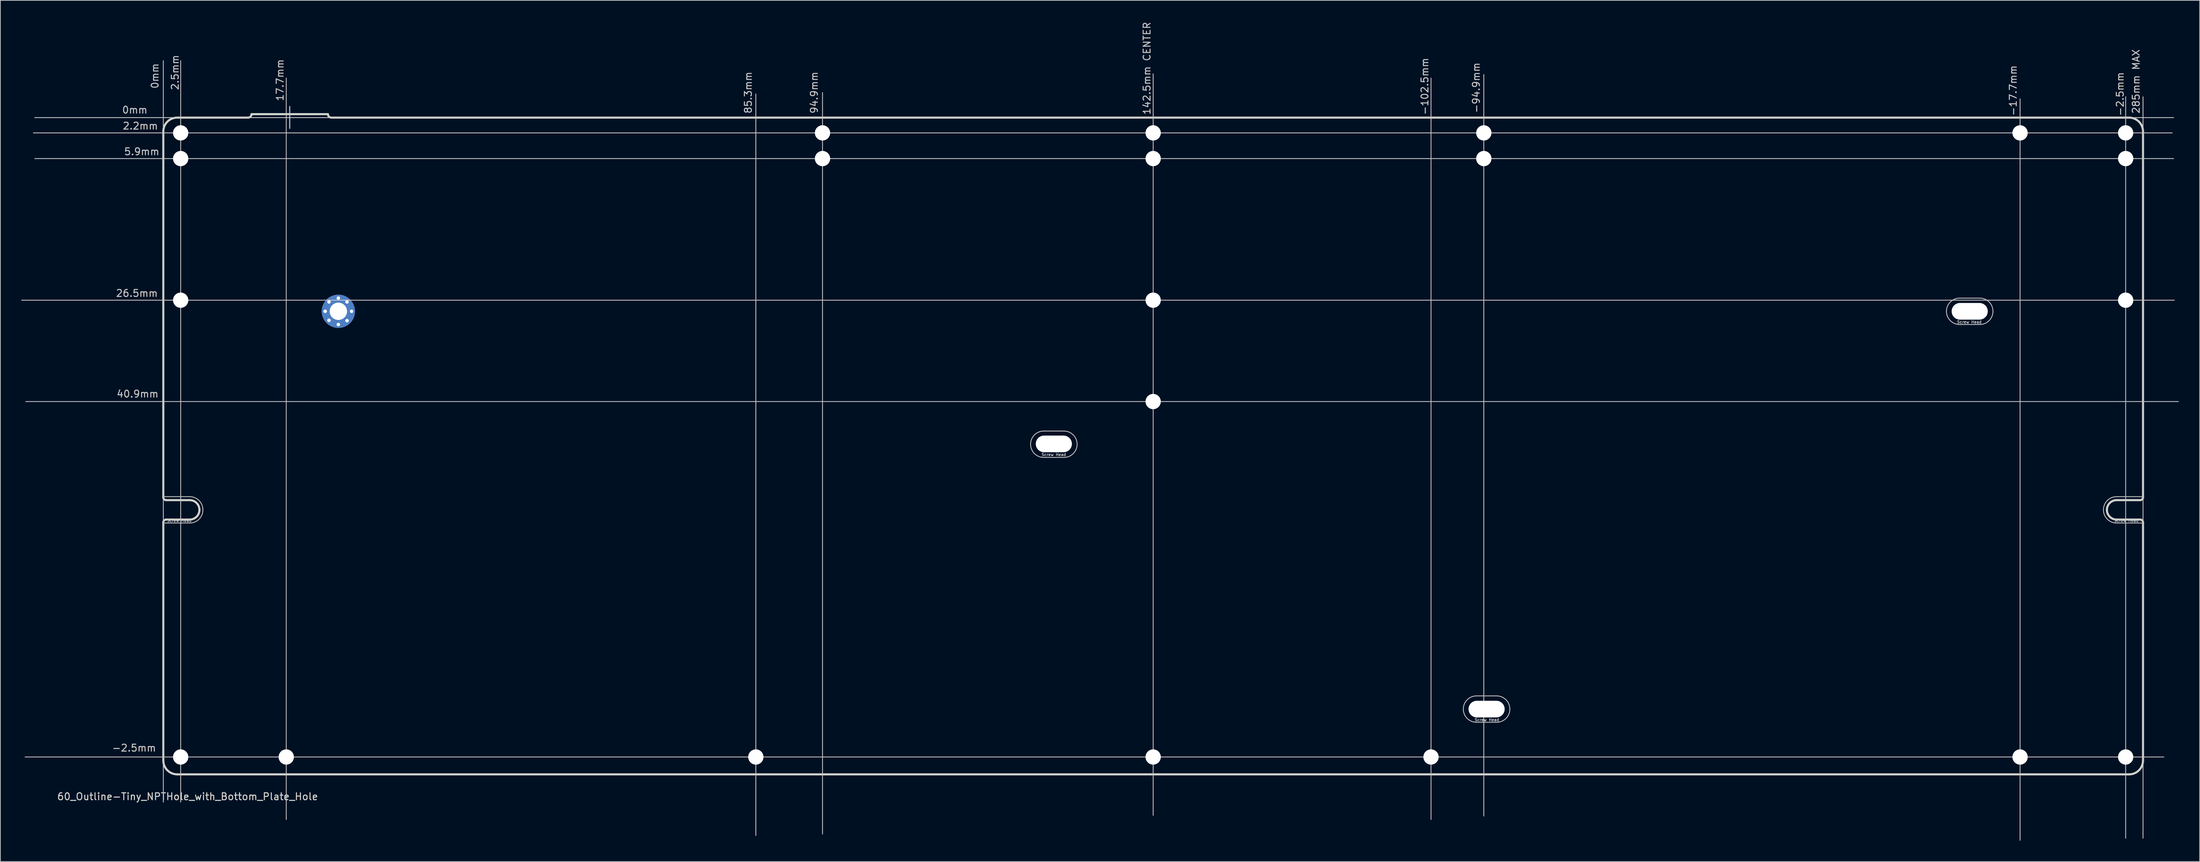
<source format=kicad_pcb>
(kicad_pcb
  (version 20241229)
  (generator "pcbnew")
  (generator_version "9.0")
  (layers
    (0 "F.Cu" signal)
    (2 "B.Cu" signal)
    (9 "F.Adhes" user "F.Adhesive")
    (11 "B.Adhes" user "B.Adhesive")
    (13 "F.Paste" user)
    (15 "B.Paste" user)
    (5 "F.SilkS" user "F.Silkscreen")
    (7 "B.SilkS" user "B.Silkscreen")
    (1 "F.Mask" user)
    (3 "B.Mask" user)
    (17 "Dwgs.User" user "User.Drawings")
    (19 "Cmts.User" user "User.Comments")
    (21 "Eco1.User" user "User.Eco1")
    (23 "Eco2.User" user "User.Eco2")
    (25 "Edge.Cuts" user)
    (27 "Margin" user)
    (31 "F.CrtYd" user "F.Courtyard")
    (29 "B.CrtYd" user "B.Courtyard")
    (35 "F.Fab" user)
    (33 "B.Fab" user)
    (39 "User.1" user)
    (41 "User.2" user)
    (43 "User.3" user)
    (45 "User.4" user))
  (footprint "60_Outline-Tiny_NPTHole_with_Bottom_Plate_Hole"
    (layer "F.Cu")
    (at 162.96 61.192)
    (property "Reference" "60_Outline-Tiny_NPTHole_with_Bottom_Plate_Hole" (at -139 50.5 0) (layer "Edge.Cuts") (effects (font (size 1 1) (thickness 0.15))))
    (attr through_hole)
    (fp_line (start -162.9 -21) (end 147 -21) (stroke (width 0.12) (type solid)) (layer "Dwgs.User"))
    (fp_line (start -162.4 44.8) (end 145.5 44.8) (stroke (width 0.12) (type solid)) (layer "Dwgs.User"))
    (fp_line (start -162.3 -6.4) (end 147.6 -6.4) (stroke (width 0.12) (type solid)) (layer "Dwgs.User"))
    (fp_line (start -161.2 -45.1) (end 146.7 -45.1) (stroke (width 0.12) (type solid)) (layer "Dwgs.User"))
    (fp_line (start -161 -47.3) (end 146.9 -47.3) (stroke (width 0.12) (type solid)) (layer "Dwgs.User"))
    (fp_line (start -161 -41.4) (end 146.9 -41.4) (stroke (width 0.12) (type solid)) (layer "Dwgs.User"))
    (fp_line (start -142.5 -55.5) (end -142.5 51.3) (stroke (width 0.12) (type solid)) (layer "Dwgs.User"))
    (fp_line (start -142.5 7.3) (end -138.7 7.3) (stroke (width 0.12) (type solid)) (layer "Dwgs.User"))
    (fp_line (start -142.5 11.1) (end -138.7 11.1) (stroke (width 0.12) (type solid)) (layer "Dwgs.User"))
    (fp_line (start -140 -55.5) (end -140 51.3) (stroke (width 0.12) (type solid)) (layer "Dwgs.User"))
    (fp_line (start -124.8 -53) (end -124.8 53.8) (stroke (width 0.12) (type solid)) (layer "Dwgs.User"))
    (fp_line (start -124.3 -48.9) (end -124.3 -45.75) (stroke (width 0.15) (type solid)) (layer "Dwgs.User"))
    (fp_line (start -57.2 -50.7) (end -57.2 56.1) (stroke (width 0.12) (type solid)) (layer "Dwgs.User"))
    (fp_line (start -47.6 -50.9) (end -47.6 55.9) (stroke (width 0.12) (type solid)) (layer "Dwgs.User"))
    (fp_line (start -15.75 -2.15) (end -12.85 -2.15) (stroke (width 0.12) (type solid)) (layer "Dwgs.User"))
    (fp_line (start -15.75 1.65) (end -12.85 1.65) (stroke (width 0.12) (type solid)) (layer "Dwgs.User"))
    (fp_line (start 0 -53.6) (end 0 53.2) (stroke (width 0.12) (type solid)) (layer "Dwgs.User"))
    (fp_line (start 40 -53) (end 40 53.8) (stroke (width 0.12) (type solid)) (layer "Dwgs.User"))
    (fp_line (start 46.55 36) (end 49.45 36) (stroke (width 0.12) (type solid)) (layer "Dwgs.User"))
    (fp_line (start 46.55 39.8) (end 49.45 39.8) (stroke (width 0.12) (type solid)) (layer "Dwgs.User"))
    (fp_line (start 47.6 -53.5) (end 47.6 53.3) (stroke (width 0.12) (type solid)) (layer "Dwgs.User"))
    (fp_line (start 116.1 -21.3) (end 119 -21.3) (stroke (width 0.12) (type solid)) (layer "Dwgs.User"))
    (fp_line (start 116.1 -17.5) (end 119 -17.5) (stroke (width 0.12) (type solid)) (layer "Dwgs.User"))
    (fp_line (start 124.8 -50) (end 124.8 56.8) (stroke (width 0.12) (type solid)) (layer "Dwgs.User"))
    (fp_line (start 138.7 7.3) (end 142.5 7.3) (stroke (width 0.12) (type solid)) (layer "Dwgs.User"))
    (fp_line (start 138.7 11.1) (end 142.5 11.1) (stroke (width 0.12) (type solid)) (layer "Dwgs.User"))
    (fp_line (start 140 -50.3) (end 140 56.5) (stroke (width 0.12) (type solid)) (layer "Dwgs.User"))
    (fp_line (start 142.5 -50.3) (end 142.5 56.5) (stroke (width 0.12) (type solid)) (layer "Dwgs.User"))
    (fp_arc (start -138.7 7.3) (mid -137.356497 7.856497) (end -136.8 9.2) (stroke (width 0.12) (type solid)) (layer "Dwgs.User"))
    (fp_arc (start -136.8 9.2) (mid -137.356497 10.543503) (end -138.7 11.1) (stroke (width 0.12) (type solid)) (layer "Dwgs.User"))
    (fp_arc (start -17.65 -0.25) (mid -17.093503 -1.593503) (end -15.75 -2.15) (stroke (width 0.12) (type solid)) (layer "Dwgs.User"))
    (fp_arc (start -15.75 1.65) (mid -17.093503 1.093503) (end -17.65 -0.25) (stroke (width 0.12) (type solid)) (layer "Dwgs.User"))
    (fp_arc (start -12.85 -2.15) (mid -11.506497 -1.593503) (end -10.95 -0.25) (stroke (width 0.12) (type solid)) (layer "Dwgs.User"))
    (fp_arc (start -10.95 -0.25) (mid -11.506497 1.093503) (end -12.85 1.65) (stroke (width 0.12) (type solid)) (layer "Dwgs.User"))
    (fp_arc (start 44.65 37.9) (mid 45.206497 36.556497) (end 46.55 36) (stroke (width 0.12) (type solid)) (layer "Dwgs.User"))
    (fp_arc (start 46.55 39.8) (mid 45.206497 39.243503) (end 44.65 37.9) (stroke (width 0.12) (type solid)) (layer "Dwgs.User"))
    (fp_arc (start 49.45 36) (mid 50.793503 36.556497) (end 51.35 37.9) (stroke (width 0.12) (type solid)) (layer "Dwgs.User"))
    (fp_arc (start 51.35 37.9) (mid 50.793503 39.243503) (end 49.45 39.8) (stroke (width 0.12) (type solid)) (layer "Dwgs.User"))
    (fp_arc (start 114.2 -19.4) (mid 114.756497 -20.743503) (end 116.1 -21.3) (stroke (width 0.12) (type solid)) (layer "Dwgs.User"))
    (fp_arc (start 116.1 -17.5) (mid 114.756497 -18.056497) (end 114.2 -19.4) (stroke (width 0.12) (type solid)) (layer "Dwgs.User"))
    (fp_arc (start 119 -21.3) (mid 120.343503 -20.743503) (end 120.9 -19.4) (stroke (width 0.12) (type solid)) (layer "Dwgs.User"))
    (fp_arc (start 120.9 -19.4) (mid 120.343503 -18.056497) (end 119 -17.5) (stroke (width 0.12) (type solid)) (layer "Dwgs.User"))
    (fp_arc (start 136.8 9.2) (mid 137.356497 7.856497) (end 138.7 7.3) (stroke (width 0.12) (type solid)) (layer "Dwgs.User"))
    (fp_arc (start 138.7 11.1) (mid 137.356497 10.543503) (end 136.8 9.2) (stroke (width 0.12) (type solid)) (layer "Dwgs.User"))
    (fp_line (start -142.5 7.4) (end -142.5 -45.3) (stroke (width 0.3) (type solid)) (layer "Edge.Cuts"))
    (fp_line (start -142.5 45.3) (end -142.5 11) (stroke (width 0.3) (type solid)) (layer "Edge.Cuts"))
    (fp_line (start -142.1 10.6) (end -138.7 10.6) (stroke (width 0.3) (type solid)) (layer "Edge.Cuts"))
    (fp_line (start -140.5 -47.3) (end -130.3 -47.3) (stroke (width 0.3) (type solid)) (layer "Edge.Cuts"))
    (fp_line (start -138.7 7.8) (end -142.1 7.8) (stroke (width 0.3) (type solid)) (layer "Edge.Cuts"))
    (fp_line (start -129.8 -47.8) (end -118.8 -47.8) (stroke (width 0.3) (type solid)) (layer "Edge.Cuts"))
    (fp_line (start 138.7 7.8) (end 142.1 7.8) (stroke (width 0.3) (type solid)) (layer "Edge.Cuts"))
    (fp_line (start 138.7 10.6) (end 142.1 10.6) (stroke (width 0.3) (type solid)) (layer "Edge.Cuts"))
    (fp_line (start 140.5 -47.3) (end -118.3 -47.3) (stroke (width 0.3) (type solid)) (layer "Edge.Cuts"))
    (fp_line (start 140.5 47.3) (end -140.5 47.3) (stroke (width 0.3) (type solid)) (layer "Edge.Cuts"))
    (fp_line (start 142.5 7.4) (end 142.5 -45.3) (stroke (width 0.3) (type solid)) (layer "Edge.Cuts"))
    (fp_line (start 142.5 11) (end 142.5 45.3) (stroke (width 0.3) (type solid)) (layer "Edge.Cuts"))
    (fp_arc (start -142.5 -45.3) (mid -141.914214 -46.714214) (end -140.5 -47.3) (stroke (width 0.3) (type solid)) (layer "Edge.Cuts"))
    (fp_arc (start -142.5 11) (mid -142.382843 10.717157) (end -142.1 10.6) (stroke (width 0.3) (type solid)) (layer "Edge.Cuts"))
    (fp_arc (start -142.1 7.8) (mid -142.382843 7.682843) (end -142.5 7.4) (stroke (width 0.3) (type solid)) (layer "Edge.Cuts"))
    (fp_arc (start -140.5 47.3) (mid -141.914214 46.714214) (end -142.5 45.3) (stroke (width 0.3) (type solid)) (layer "Edge.Cuts"))
    (fp_arc (start -138.7 7.8) (mid -137.710051 8.210051) (end -137.3 9.2) (stroke (width 0.3) (type solid)) (layer "Edge.Cuts"))
    (fp_arc (start -137.3 9.2) (mid -137.710051 10.189949) (end -138.7 10.6) (stroke (width 0.3) (type solid)) (layer "Edge.Cuts"))
    (fp_arc (start -129.8 -47.8) (mid -129.946447 -47.446447) (end -130.3 -47.3) (stroke (width 0.3) (type solid)) (layer "Edge.Cuts"))
    (fp_arc (start -118.3 -47.3) (mid -118.653553 -47.446447) (end -118.8 -47.8) (stroke (width 0.3) (type solid)) (layer "Edge.Cuts"))
    (fp_arc (start 137.3 9.2) (mid 137.710051 8.210051) (end 138.7 7.8) (stroke (width 0.3) (type solid)) (layer "Edge.Cuts"))
    (fp_arc (start 138.7 10.6) (mid 137.710051 10.189949) (end 137.3 9.2) (stroke (width 0.3) (type solid)) (layer "Edge.Cuts"))
    (fp_arc (start 140.5 -47.3) (mid 141.914214 -46.714214) (end 142.5 -45.3) (stroke (width 0.3) (type solid)) (layer "Edge.Cuts"))
    (fp_arc (start 142.1 10.6) (mid 142.382843 10.717157) (end 142.5 11) (stroke (width 0.3) (type solid)) (layer "Edge.Cuts"))
    (fp_arc (start 142.5 7.4) (mid 142.382843 7.682843) (end 142.1 7.8) (stroke (width 0.3) (type solid)) (layer "Edge.Cuts"))
    (fp_arc (start 142.5 45.3) (mid 141.914214 46.714214) (end 140.5 47.3) (stroke (width 0.3) (type solid)) (layer "Edge.Cuts"))
    (fp_text user "-2.5mm" (at 139.2 -50.7 90) (layer "Dwgs.User") (effects (font (size 1 1) (thickness 0.15))))
    (fp_text user "-17.7mm" (at 123.8 -51.2 90) (layer "Dwgs.User") (effects (font (size 1 1) (thickness 0.15))))
    (fp_text user "2.5mm" (at -140.8 -53.8 90) (layer "Dwgs.User") (effects (font (size 1 1) (thickness 0.15))))
    (fp_text user "85.3mm" (at -58.3 -50.9 90) (layer "Dwgs.User") (effects (font (size 1 1) (thickness 0.15))))
    (fp_text user "40.9mm" (at -146.2 -7.5 0) (layer "Dwgs.User") (effects (font (size 1 1) (thickness 0.15))))
    (fp_text user "26.5mm" (at -146.3 -22 0) (layer "Dwgs.User") (effects (font (size 1 1) (thickness 0.15))))
    (fp_text user "17.7mm" (at -125.7 -52.7 90) (layer "Dwgs.User") (effects (font (size 1 1) (thickness 0.15))))
    (fp_text user "Screw Head" (at 140.1 10.75 0) (layer "Dwgs.User") (effects (font (size 0.4 0.4) (thickness 0.08))))
    (fp_text user "Screw Head" (at 48.05 39.45 0) (layer "Dwgs.User") (effects (font (size 0.4 0.4) (thickness 0.08))))
    (fp_text user "-102.5mm" (at 39.1 -51.8 90) (layer "Dwgs.User") (effects (font (size 1 1) (thickness 0.15))))
    (fp_text user "-94.9mm" (at 46.5 -51.6 90) (layer "Dwgs.User") (effects (font (size 1 1) (thickness 0.15))))
    (fp_text user "0mm" (at -143.7 -53.3 90) (layer "Dwgs.User") (effects (font (size 1 1) (thickness 0.15))))
    (fp_text user "5.9mm" (at -145.6 -42.4 0) (layer "Dwgs.User") (effects (font (size 1 1) (thickness 0.15))))
    (fp_text user "Screw Head" (at 117.5 -17.85 0) (layer "Dwgs.User") (effects (font (size 0.4 0.4) (thickness 0.08))))
    (fp_text user "94.9mm" (at -48.8 -50.9 90) (layer "Dwgs.User") (effects (font (size 1 1) (thickness 0.15))))
    (fp_text user "2.2mm" (at -145.8 -46.1 0) (layer "Dwgs.User") (effects (font (size 1 1) (thickness 0.15))))
    (fp_text user "Screw Head" (at -140.2 10.75 0) (layer "Dwgs.User") (effects (font (size 0.4 0.4) (thickness 0.08))))
    (fp_text user "142.5mm CENTER" (at -0.9 -54.4 90) (layer "Dwgs.User") (effects (font (size 1 1) (thickness 0.15))))
    (fp_text user "0mm" (at -146.6 -48.4 0) (layer "Dwgs.User") (effects (font (size 1 1) (thickness 0.15))))
    (fp_text user "285mm MAX" (at 141.5 -52.5 90) (layer "Dwgs.User") (effects (font (size 1 1) (thickness 0.15))))
    (fp_text user "Screw Head" (at -14.3 1.25 0) (layer "Dwgs.User") (effects (font (size 0.4 0.4) (thickness 0.08))))
    (fp_text user "-2.5mm" (at -146.7 43.5 0) (layer "Dwgs.User") (effects (font (size 1 1) (thickness 0.15))))
    (pad "" np_thru_hole circle (at -140 -45.1) (size 2.2 2.2) (drill 2.2) (layers "*.Cu" "*.Mask"))
    (pad "" np_thru_hole circle (at -140 -41.4) (size 2.2 2.2) (drill 2.2) (layers "*.Cu" "*.Mask"))
    (pad "" np_thru_hole circle (at -140 -21) (size 2.2 2.2) (drill 2.2) (layers "*.Cu" "*.Mask"))
    (pad "" np_thru_hole circle (at -140 44.8) (size 2.2 2.2) (drill 2.2) (layers "*.Cu" "*.Mask"))
    (pad "" np_thru_hole circle (at -124.8 44.8) (size 2.2 2.2) (drill 2.2) (layers "*.Cu" "*.Mask"))
    (pad "" np_thru_hole circle (at -57.2 44.8) (size 2.2 2.2) (drill 2.2) (layers "*.Cu" "*.Mask"))
    (pad "" np_thru_hole circle (at -47.6 -45.1) (size 2.2 2.2) (drill 2.2) (layers "*.Cu" "*.Mask"))
    (pad "" np_thru_hole circle (at -47.6 -41.4) (size 2.2 2.2) (drill 2.2) (layers "*.Cu" "*.Mask"))
    (pad "" np_thru_hole oval (at -14.3 -0.3) (size 5.2 2.4) (drill oval 5.2 2.4) (layers "*.Cu" "*.Mask"))
    (pad "" np_thru_hole circle (at 0 -45.1) (size 2.2 2.2) (drill 2.2) (layers "*.Cu" "*.Mask"))
    (pad "" np_thru_hole circle (at 0 -41.4) (size 2.2 2.2) (drill 2.2) (layers "*.Cu" "*.Mask"))
    (pad "" np_thru_hole circle (at 0 -21) (size 2.2 2.2) (drill 2.2) (layers "*.Cu" "*.Mask"))
    (pad "" np_thru_hole circle (at 0 -6.4) (size 2.2 2.2) (drill 2.2) (layers "*.Cu" "*.Mask"))
    (pad "" np_thru_hole circle (at 0 44.8) (size 2.2 2.2) (drill 2.2) (layers "*.Cu" "*.Mask"))
    (pad "" np_thru_hole circle (at 40 44.8) (size 2.2 2.2) (drill 2.2) (layers "*.Cu" "*.Mask"))
    (pad "" np_thru_hole circle (at 47.6 -45.1) (size 2.2 2.2) (drill 2.2) (layers "*.Cu" "*.Mask"))
    (pad "" np_thru_hole circle (at 47.6 -41.4) (size 2.2 2.2) (drill 2.2) (layers "*.Cu" "*.Mask"))
    (pad "" np_thru_hole oval (at 48 37.9) (size 5.2 2.4) (drill oval 5.2 2.4) (layers "*.Cu" "*.Mask"))
    (pad "" np_thru_hole oval (at 117.55 -19.4) (size 5.2 2.4) (drill oval 5.2 2.4) (layers "*.Cu" "*.Mask"))
    (pad "" np_thru_hole circle (at 124.8 -45.1) (size 2.2 2.2) (drill 2.2) (layers "*.Cu" "*.Mask"))
    (pad "" np_thru_hole circle (at 124.8 44.8) (size 2.2 2.2) (drill 2.2) (layers "*.Cu" "*.Mask"))
    (pad "" np_thru_hole circle (at 140 -45.1) (size 2.2 2.2) (drill 2.2) (layers "*.Cu" "*.Mask"))
    (pad "" np_thru_hole circle (at 140 -41.4) (size 2.2 2.2) (drill 2.2) (layers "*.Cu" "*.Mask"))
    (pad "" np_thru_hole circle (at 140 -21) (size 2.2 2.2) (drill 2.2) (layers "*.Cu" "*.Mask"))
    (pad "" np_thru_hole circle (at 140 44.8) (size 2.2 2.2) (drill 2.2) (layers "*.Cu" "*.Mask"))
    (pad "1" thru_hole circle (at -119.2 -19.4) (size 1 1) (drill 0.5) (layers "*.Cu" "*.Mask"))
    (pad "1" thru_hole circle (at -118.65 -20.75) (size 1 1) (drill 0.5) (layers "*.Cu" "*.Mask"))
    (pad "1" thru_hole circle (at -118.65 -18.1) (size 1 1) (drill 0.5) (layers "*.Cu" "*.Mask"))
    (pad "1" thru_hole circle (at -117.3 -21.3) (size 1 1) (drill 0.5) (layers "*.Cu" "*.Mask"))
    (pad "1" thru_hole circle (at -117.3 -19.4) (size 4.8 4.8) (drill 2.499) (layers "*.Cu" "*.Mask"))
    (pad "1" thru_hole circle (at -117.3 -17.5) (size 1 1) (drill 0.5) (layers "*.Cu" "*.Mask"))
    (pad "1" thru_hole circle (at -116.05 -20.75) (size 1 1) (drill 0.5) (layers "*.Cu" "*.Mask"))
    (pad "1" thru_hole circle (at -116.05 -18.05) (size 1 1) (drill 0.5) (layers "*.Cu" "*.Mask"))
    (pad "1" thru_hole circle (at -115.4 -19.4) (size 1 1) (drill 0.5) (layers "*.Cu" "*.Mask")))
  (gr_rect
    (start -3 -3)
    (end 313.62 121.052)
    (stroke (width 0.1) (type default))
    (fill no)
    (layer "Edge.Cuts")))
</source>
